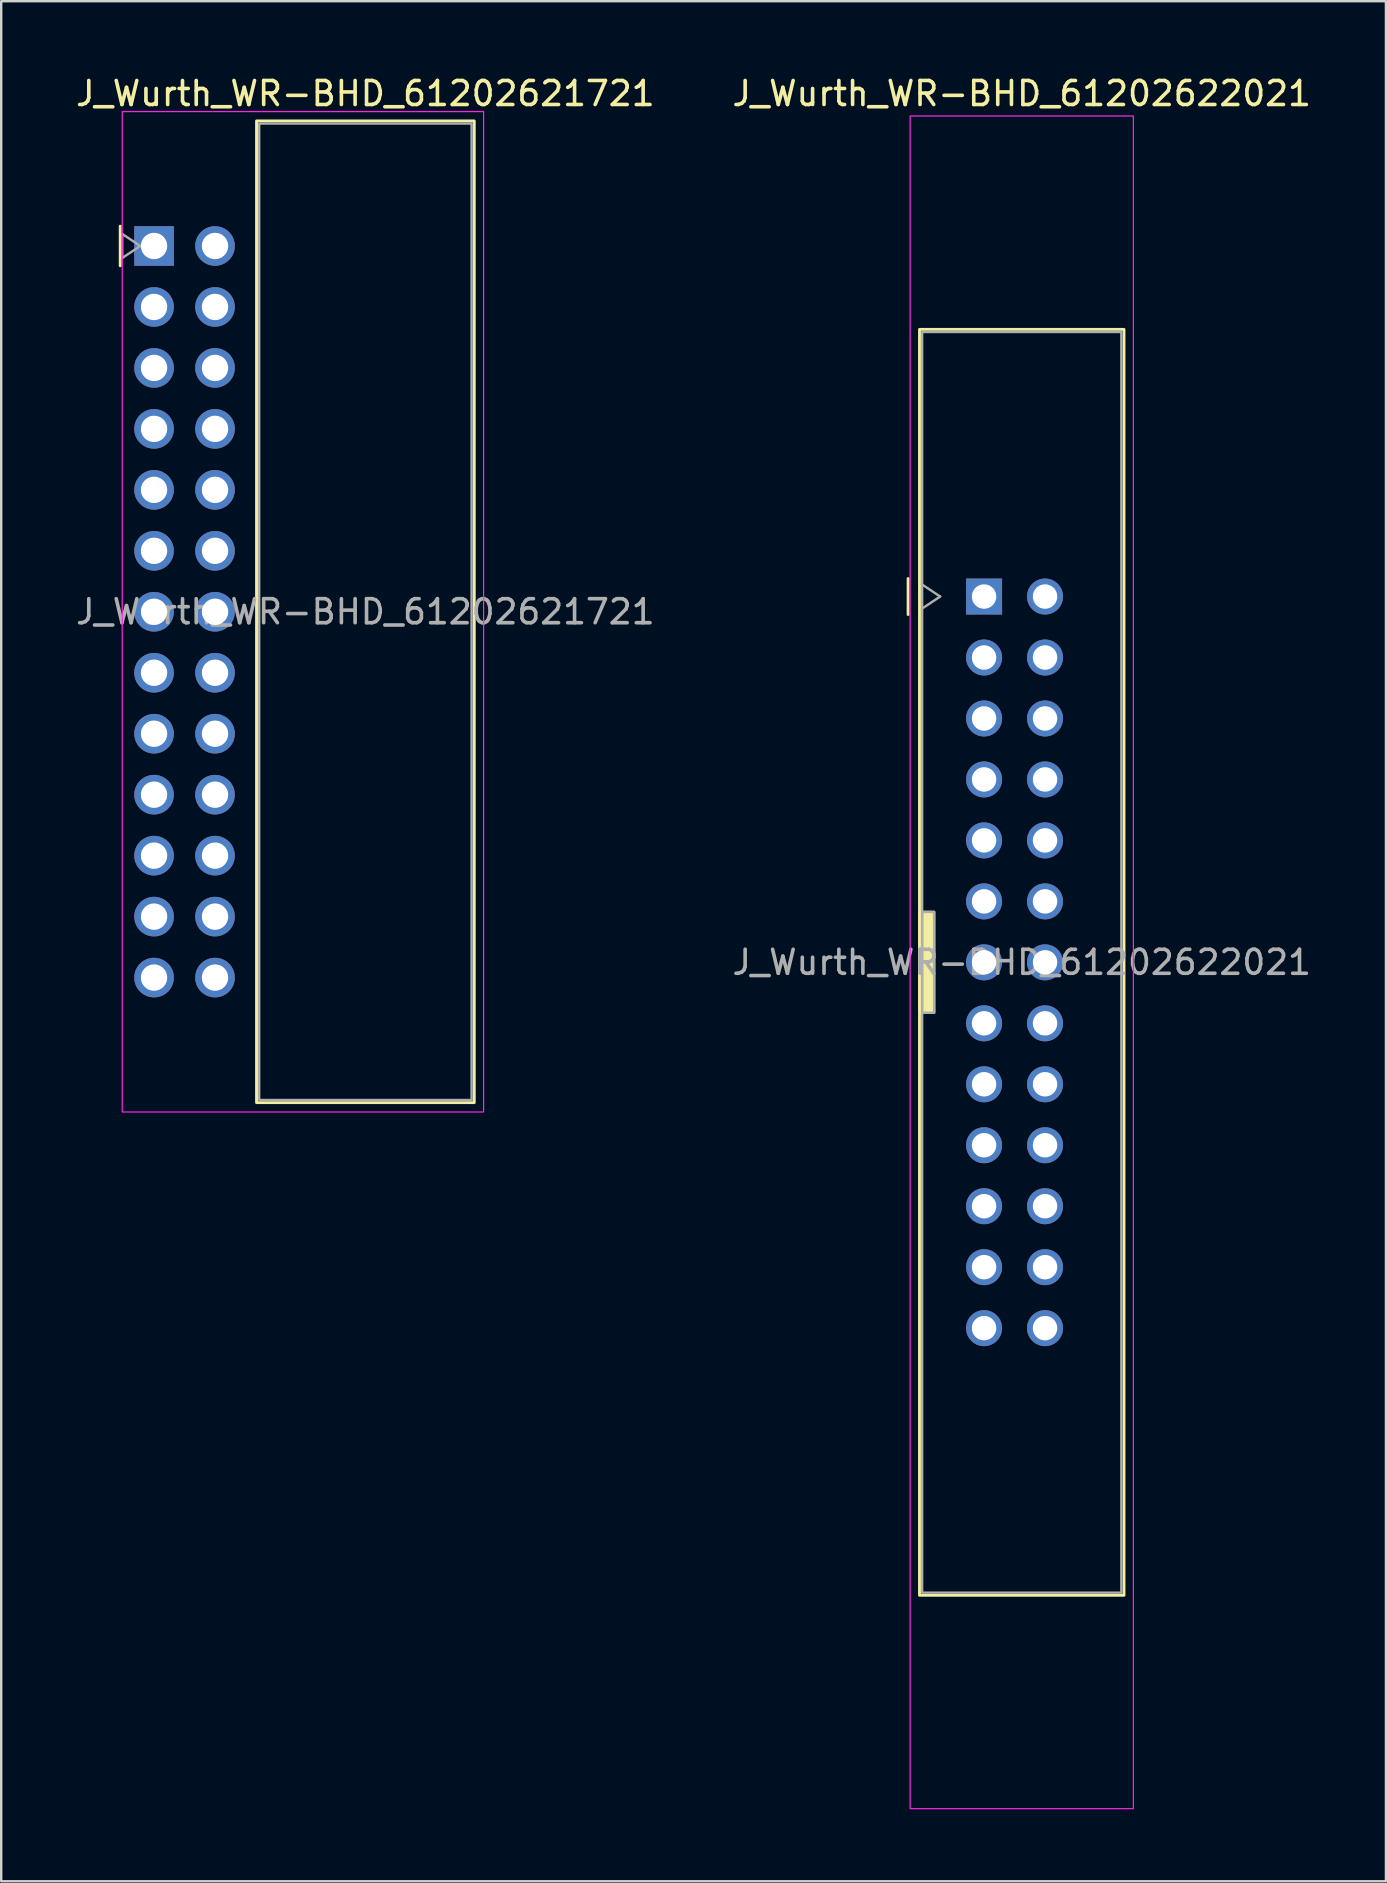
<source format=kicad_pcb>
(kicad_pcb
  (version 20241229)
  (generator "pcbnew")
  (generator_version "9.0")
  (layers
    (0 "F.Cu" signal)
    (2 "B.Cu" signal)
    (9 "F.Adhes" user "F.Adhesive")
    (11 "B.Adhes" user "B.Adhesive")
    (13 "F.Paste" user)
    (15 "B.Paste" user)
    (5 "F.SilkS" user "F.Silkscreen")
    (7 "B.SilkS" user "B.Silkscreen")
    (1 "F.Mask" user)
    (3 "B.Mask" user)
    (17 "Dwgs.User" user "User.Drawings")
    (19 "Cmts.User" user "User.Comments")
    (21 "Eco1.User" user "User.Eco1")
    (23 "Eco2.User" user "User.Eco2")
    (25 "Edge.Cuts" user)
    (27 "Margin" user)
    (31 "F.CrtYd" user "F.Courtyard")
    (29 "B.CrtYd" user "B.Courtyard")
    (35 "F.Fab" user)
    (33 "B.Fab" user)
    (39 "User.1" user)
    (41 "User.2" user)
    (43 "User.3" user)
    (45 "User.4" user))
  (footprint "J_Wurth_WR-BHD_61202622021"
    (layer "F.Cu")
    (at 37.948 21.803)
    (property "Reference" "J_Wurth_WR-BHD_61202622021" (at 1.57 -20.955 0) (unlocked yes) (layer "F.SilkS") (effects (font (size 1 1) (thickness 0.15))))
    (attr through_hole)
    (fp_line (start -3.165 -0.75) (end -3.165 0.75) (stroke (width 0.12) (type solid)) (layer "F.SilkS"))
    (fp_rect (start -2.69 -11.13) (end 5.83 41.61) (stroke (width 0.12) (type solid)) (fill no) (layer "F.SilkS"))
    (fp_rect (start -2.69 13.14) (end -2.08 17.34) (stroke (width 0.1) (type solid)) (fill yes) (layer "F.SilkS"))
    (fp_rect (start -3.08 -20.02) (end 6.22 50.5) (stroke (width 0.05) (type solid)) (fill no) (layer "F.CrtYd"))
    (fp_line (start -1.83 0) (end -2.58 -0.5) (stroke (width 0.1) (type solid)) (layer "F.Fab"))
    (fp_line (start -1.83 0) (end -2.58 0.5) (stroke (width 0.1) (type solid)) (layer "F.Fab"))
    (fp_rect (start -2.58 -11.02) (end 5.72 41.5) (stroke (width 0.1) (type solid)) (fill no) (layer "F.Fab"))
    (fp_rect (start -2.58 13.14) (end -2.08 17.34) (stroke (width 0.1) (type solid)) (fill no) (layer "F.Fab"))
    (fp_text user "${REFERENCE}" (at 1.57 15.24 0) (unlocked yes) (layer "F.Fab") (effects (font (size 1 1) (thickness 0.15))))
    (pad "1" thru_hole rect (at 0 0 270) (size 1.5 1.5) (drill 1.02) (layers "*.Cu" "*.Mask"))
    (pad "2" thru_hole circle (at 2.54 0 270) (size 1.5 1.5) (drill 1.02) (layers "*.Cu" "*.Mask"))
    (pad "3" thru_hole circle (at 0 2.54 270) (size 1.5 1.5) (drill 1.02) (layers "*.Cu" "*.Mask"))
    (pad "4" thru_hole circle (at 2.54 2.54 270) (size 1.5 1.5) (drill 1.02) (layers "*.Cu" "*.Mask"))
    (pad "5" thru_hole circle (at 0 5.08 270) (size 1.5 1.5) (drill 1.02) (layers "*.Cu" "*.Mask"))
    (pad "6" thru_hole circle (at 2.54 5.08 270) (size 1.5 1.5) (drill 1.02) (layers "*.Cu" "*.Mask"))
    (pad "7" thru_hole circle (at 0 7.62 270) (size 1.5 1.5) (drill 1.02) (layers "*.Cu" "*.Mask"))
    (pad "8" thru_hole circle (at 2.54 7.62 270) (size 1.5 1.5) (drill 1.02) (layers "*.Cu" "*.Mask"))
    (pad "9" thru_hole circle (at 0 10.16 270) (size 1.5 1.5) (drill 1.02) (layers "*.Cu" "*.Mask"))
    (pad "10" thru_hole circle (at 2.54 10.16 270) (size 1.5 1.5) (drill 1.02) (layers "*.Cu" "*.Mask"))
    (pad "11" thru_hole circle (at 0 12.7 270) (size 1.5 1.5) (drill 1.02) (layers "*.Cu" "*.Mask"))
    (pad "12" thru_hole circle (at 2.54 12.7 270) (size 1.5 1.5) (drill 1.02) (layers "*.Cu" "*.Mask"))
    (pad "13" thru_hole circle (at 0 15.24 270) (size 1.5 1.5) (drill 1.02) (layers "*.Cu" "*.Mask"))
    (pad "14" thru_hole circle (at 2.54 15.24 270) (size 1.5 1.5) (drill 1.02) (layers "*.Cu" "*.Mask"))
    (pad "15" thru_hole circle (at 0 17.78 270) (size 1.5 1.5) (drill 1.02) (layers "*.Cu" "*.Mask"))
    (pad "16" thru_hole circle (at 2.54 17.78 270) (size 1.5 1.5) (drill 1.02) (layers "*.Cu" "*.Mask"))
    (pad "17" thru_hole circle (at 0 20.32 270) (size 1.5 1.5) (drill 1.02) (layers "*.Cu" "*.Mask"))
    (pad "18" thru_hole circle (at 2.54 20.32 270) (size 1.5 1.5) (drill 1.02) (layers "*.Cu" "*.Mask"))
    (pad "19" thru_hole circle (at 0 22.86 270) (size 1.5 1.5) (drill 1.02) (layers "*.Cu" "*.Mask"))
    (pad "20" thru_hole circle (at 2.54 22.86 270) (size 1.5 1.5) (drill 1.02) (layers "*.Cu" "*.Mask"))
    (pad "21" thru_hole circle (at 0 25.4 270) (size 1.5 1.5) (drill 1.02) (layers "*.Cu" "*.Mask"))
    (pad "22" thru_hole circle (at 2.54 25.4 270) (size 1.5 1.5) (drill 1.02) (layers "*.Cu" "*.Mask"))
    (pad "23" thru_hole circle (at 0 27.94 270) (size 1.5 1.5) (drill 1.02) (layers "*.Cu" "*.Mask"))
    (pad "24" thru_hole circle (at 2.54 27.94 270) (size 1.5 1.5) (drill 1.02) (layers "*.Cu" "*.Mask"))
    (pad "25" thru_hole circle (at 0 30.48 270) (size 1.5 1.5) (drill 1.02) (layers "*.Cu" "*.Mask"))
    (pad "26" thru_hole circle (at 2.54 30.48 270) (size 1.5 1.5) (drill 1.02) (layers "*.Cu" "*.Mask")))
  (footprint "J_Wurth_WR-BHD_61202621721"
    (layer "F.Cu")
    (at 3.368 7.198)
    (property "Reference" "J_Wurth_WR-BHD_61202621721" (at 8.805 -6.35 0) (unlocked yes) (layer "F.SilkS") (effects (font (size 1 1) (thickness 0.15))))
    (attr through_hole)
    (fp_line (start -1.41 0.825) (end -1.41 -0.825) (stroke (width 0.12) (type solid)) (layer "F.SilkS"))
    (fp_rect (start 4.27 -5.21) (end 13.34 35.69) (stroke (width 0.12) (type solid)) (fill no) (layer "F.SilkS"))
    (fp_rect (start -1.325 -5.6) (end 13.73 36.08) (stroke (width 0.05) (type solid)) (fill no) (layer "F.CrtYd"))
    (fp_line (start -1.325 0.5) (end -1.325 -0.5) (stroke (width 0.1) (type default)) (layer "F.Fab"))
    (fp_line (start -0.575 0) (end -1.325 -0.5) (stroke (width 0.1) (type solid)) (layer "F.Fab"))
    (fp_line (start -0.575 0) (end -1.325 0.5) (stroke (width 0.1) (type solid)) (layer "F.Fab"))
    (fp_rect (start 4.38 -5.1) (end 13.23 35.58) (stroke (width 0.1) (type solid)) (fill no) (layer "F.Fab"))
    (fp_text user "${REFERENCE}" (at 8.805 15.24 0) (unlocked yes) (layer "F.Fab") (effects (font (size 1 1) (thickness 0.15))))
    (pad "1" thru_hole rect (at 0 0 90) (size 1.65 1.65) (drill 1.1) (layers "*.Cu" "*.Mask"))
    (pad "2" thru_hole circle (at 2.54 0 90) (size 1.65 1.65) (drill 1.1) (layers "*.Cu" "*.Mask"))
    (pad "3" thru_hole circle (at 0 2.54 90) (size 1.65 1.65) (drill 1.1) (layers "*.Cu" "*.Mask"))
    (pad "4" thru_hole circle (at 2.54 2.54 90) (size 1.65 1.65) (drill 1.1) (layers "*.Cu" "*.Mask"))
    (pad "5" thru_hole circle (at 0 5.08 90) (size 1.65 1.65) (drill 1.1) (layers "*.Cu" "*.Mask"))
    (pad "6" thru_hole circle (at 2.54 5.08 90) (size 1.65 1.65) (drill 1.1) (layers "*.Cu" "*.Mask"))
    (pad "7" thru_hole circle (at 0 7.62 90) (size 1.65 1.65) (drill 1.1) (layers "*.Cu" "*.Mask"))
    (pad "8" thru_hole circle (at 2.54 7.62 90) (size 1.65 1.65) (drill 1.1) (layers "*.Cu" "*.Mask"))
    (pad "9" thru_hole circle (at 0 10.16 90) (size 1.65 1.65) (drill 1.1) (layers "*.Cu" "*.Mask"))
    (pad "10" thru_hole circle (at 2.54 10.16 90) (size 1.65 1.65) (drill 1.1) (layers "*.Cu" "*.Mask"))
    (pad "11" thru_hole circle (at 0 12.7 90) (size 1.65 1.65) (drill 1.1) (layers "*.Cu" "*.Mask"))
    (pad "12" thru_hole circle (at 2.54 12.7 90) (size 1.65 1.65) (drill 1.1) (layers "*.Cu" "*.Mask"))
    (pad "13" thru_hole circle (at 0 15.24 90) (size 1.65 1.65) (drill 1.1) (layers "*.Cu" "*.Mask"))
    (pad "14" thru_hole circle (at 2.54 15.24 90) (size 1.65 1.65) (drill 1.1) (layers "*.Cu" "*.Mask"))
    (pad "15" thru_hole circle (at 0 17.78 90) (size 1.65 1.65) (drill 1.1) (layers "*.Cu" "*.Mask"))
    (pad "16" thru_hole circle (at 2.54 17.78 90) (size 1.65 1.65) (drill 1.1) (layers "*.Cu" "*.Mask"))
    (pad "17" thru_hole circle (at 0 20.32 90) (size 1.65 1.65) (drill 1.1) (layers "*.Cu" "*.Mask"))
    (pad "18" thru_hole circle (at 2.54 20.32 90) (size 1.65 1.65) (drill 1.1) (layers "*.Cu" "*.Mask"))
    (pad "19" thru_hole circle (at 0 22.86 90) (size 1.65 1.65) (drill 1.1) (layers "*.Cu" "*.Mask"))
    (pad "20" thru_hole circle (at 2.54 22.86 90) (size 1.65 1.65) (drill 1.1) (layers "*.Cu" "*.Mask"))
    (pad "21" thru_hole circle (at 0 25.4 90) (size 1.65 1.65) (drill 1.1) (layers "*.Cu" "*.Mask"))
    (pad "22" thru_hole circle (at 2.54 25.4 90) (size 1.65 1.65) (drill 1.1) (layers "*.Cu" "*.Mask"))
    (pad "23" thru_hole circle (at 0 27.94 90) (size 1.65 1.65) (drill 1.1) (layers "*.Cu" "*.Mask"))
    (pad "24" thru_hole circle (at 2.54 27.94 90) (size 1.65 1.65) (drill 1.1) (layers "*.Cu" "*.Mask"))
    (pad "25" thru_hole circle (at 0 30.48 90) (size 1.65 1.65) (drill 1.1) (layers "*.Cu" "*.Mask"))
    (pad "26" thru_hole circle (at 2.54 30.48 90) (size 1.65 1.65) (drill 1.1) (layers "*.Cu" "*.Mask")))
  (gr_rect
    (start -3 -3)
    (end 54.69 75.328)
    (stroke (width 0.1) (type default))
    (fill no)
    (layer "Edge.Cuts")))
</source>
